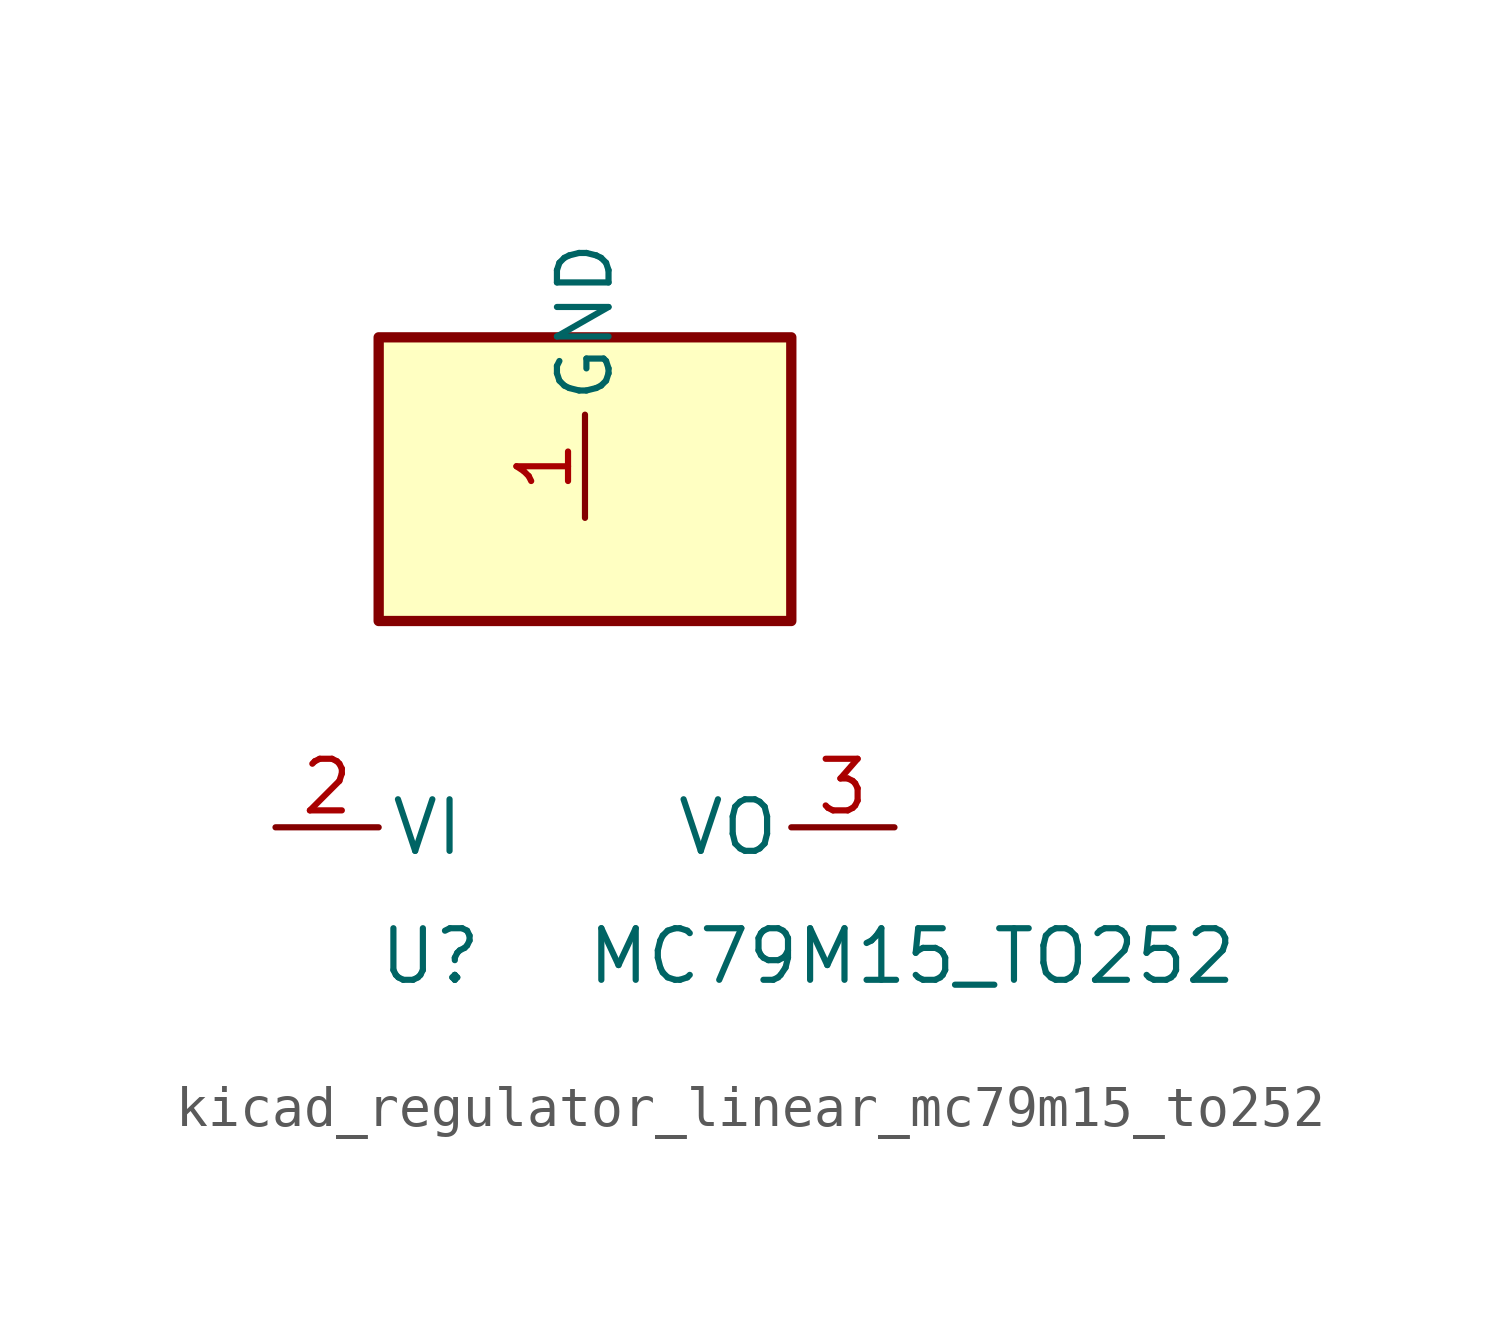
<source format=kicad_sym>
(kicad_symbol_lib
  (version 20220914)
  (generator kicad_symbol_editor)
  (symbol "kicad_regulator_linear_mc79m15_to252"
    (pin_names
      (offset 0.254))
    (property "Reference" "U"
      (at -3.81 -3.175 0)
      (effects (font (size 1.27 1.27))))
    (property "Value" "MC79M15_TO252"
      (at 0 -3.175 0)
      (effects (font (size 1.27 1.27)) (justify left)))
    (symbol "kicad_regulator_linear_mc79m15_to252_0_1"
      (rectangle (start 5.08 12.065) (end -5.08 5.08) (stroke (width 0.254) (type default)) (fill (type background))))
    (symbol "kicad_regulator_linear_mc79m15_to252_1_1"
      (pin power_in line (at 0 7.62 90) (length 2.54) (name "GND" (effects (font (size 1.27 1.27)))) (number "1" (effects (font (size 1.27 1.27)))))
      (pin power_in line (at -7.62 0 0) (length 2.54) (name "VI" (effects (font (size 1.27 1.27)))) (number "2" (effects (font (size 1.27 1.27)))))
      (pin power_out line (at 7.62 0 180) (length 2.54) (name "VO" (effects (font (size 1.27 1.27)))) (number "3" (effects (font (size 1.27 1.27))))))))
</source>
